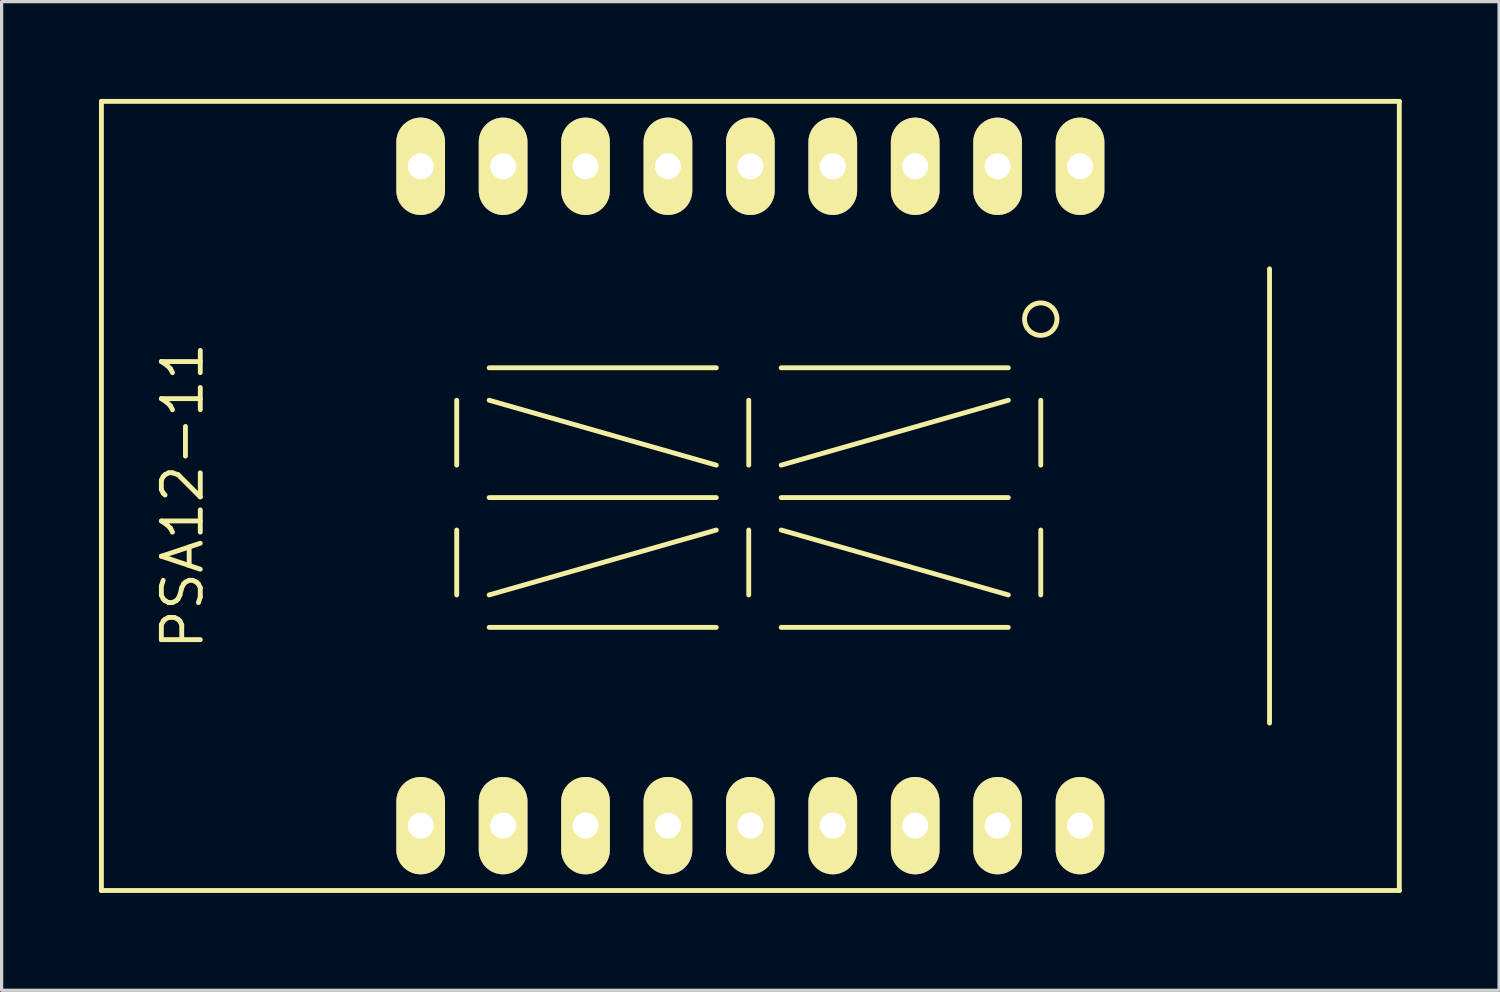
<source format=kicad_pcb>
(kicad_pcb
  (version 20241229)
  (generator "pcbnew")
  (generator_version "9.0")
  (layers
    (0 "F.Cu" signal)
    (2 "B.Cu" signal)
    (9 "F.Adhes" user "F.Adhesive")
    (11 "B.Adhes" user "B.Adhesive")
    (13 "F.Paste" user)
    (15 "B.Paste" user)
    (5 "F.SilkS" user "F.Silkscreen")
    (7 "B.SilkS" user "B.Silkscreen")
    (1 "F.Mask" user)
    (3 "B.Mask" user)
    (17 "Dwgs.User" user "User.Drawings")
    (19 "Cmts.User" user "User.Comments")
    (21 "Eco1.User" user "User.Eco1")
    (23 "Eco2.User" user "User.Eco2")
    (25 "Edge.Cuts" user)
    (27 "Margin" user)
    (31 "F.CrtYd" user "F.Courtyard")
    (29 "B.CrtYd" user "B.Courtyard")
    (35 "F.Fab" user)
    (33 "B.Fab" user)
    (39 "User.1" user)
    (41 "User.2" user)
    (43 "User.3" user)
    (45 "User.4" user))
  (footprint "PSA12-11"
    (layer "F.Cu")
    (at 20.075 12.235)
    (property "Reference" "PSA12-11" (at -17.5 0 90) (layer "F.SilkS") (effects (font (size 1.2 1.2) (thickness 0.15))))
    (attr through_hole)
    (fp_line (start -20 -12.16) (end -20 12.16) (stroke (width 0.15) (type solid)) (layer "F.SilkS"))
    (fp_line (start -20 12.16) (end 20 12.16) (stroke (width 0.15) (type solid)) (layer "F.SilkS"))
    (fp_line (start -9.05 -0.95) (end -9.05 -2.95) (stroke (width 0.15) (type solid)) (layer "F.SilkS"))
    (fp_line (start -9.05 3.05) (end -9.05 1.05) (stroke (width 0.15) (type solid)) (layer "F.SilkS"))
    (fp_line (start -8.05 -3.95) (end -1.05 -3.95) (stroke (width 0.15) (type solid)) (layer "F.SilkS"))
    (fp_line (start -8.05 0.05) (end -1.05 0.05) (stroke (width 0.15) (type solid)) (layer "F.SilkS"))
    (fp_line (start -8.05 4.05) (end -1.05 4.05) (stroke (width 0.15) (type solid)) (layer "F.SilkS"))
    (fp_line (start -1.05 -0.95) (end -8.05 -2.95) (stroke (width 0.15) (type solid)) (layer "F.SilkS"))
    (fp_line (start -1.05 1.05) (end -8.05 3.05) (stroke (width 0.15) (type solid)) (layer "F.SilkS"))
    (fp_line (start -0.05 -0.95) (end -0.05 -2.95) (stroke (width 0.15) (type solid)) (layer "F.SilkS"))
    (fp_line (start -0.05 3.05) (end -0.05 1.05) (stroke (width 0.15) (type solid)) (layer "F.SilkS"))
    (fp_line (start 0.95 -3.95) (end 7.95 -3.95) (stroke (width 0.15) (type solid)) (layer "F.SilkS"))
    (fp_line (start 0.95 0.05) (end 7.95 0.05) (stroke (width 0.15) (type solid)) (layer "F.SilkS"))
    (fp_line (start 0.95 4.05) (end 7.95 4.05) (stroke (width 0.15) (type solid)) (layer "F.SilkS"))
    (fp_line (start 7.95 -2.95) (end 0.95 -0.95) (stroke (width 0.15) (type solid)) (layer "F.SilkS"))
    (fp_line (start 7.95 3.05) (end 0.95 1.05) (stroke (width 0.15) (type solid)) (layer "F.SilkS"))
    (fp_line (start 8.95 -0.95) (end 8.95 -2.95) (stroke (width 0.15) (type solid)) (layer "F.SilkS"))
    (fp_line (start 8.95 3.05) (end 8.95 1.05) (stroke (width 0.15) (type solid)) (layer "F.SilkS"))
    (fp_line (start 16 -7) (end 16 7) (stroke (width 0.15) (type solid)) (layer "F.SilkS"))
    (fp_line (start 20 -12.16) (end -20 -12.16) (stroke (width 0.15) (type solid)) (layer "F.SilkS"))
    (fp_line (start 20 12.16) (end 20 -12.16) (stroke (width 0.15) (type solid)) (layer "F.SilkS"))
    (fp_circle (center 8.95 -5.45) (end 8.95 -5.95) (stroke (width 0.15) (type solid)) (fill no) (layer "F.SilkS"))
    (pad "1" thru_hole oval (at -10.16 10.16) (size 1.5 3) (drill 0.8) (layers "*.Cu" "*.Mask" "F.SilkS"))
    (pad "2" thru_hole oval (at -7.62 10.16) (size 1.5 3) (drill 0.8) (layers "*.Cu" "*.Mask" "F.SilkS"))
    (pad "3" thru_hole oval (at -5.08 10.16) (size 1.5 3) (drill 0.8) (layers "*.Cu" "*.Mask" "F.SilkS"))
    (pad "4" thru_hole oval (at -2.54 10.16) (size 1.5 3) (drill 0.8) (layers "*.Cu" "*.Mask" "F.SilkS"))
    (pad "5" thru_hole oval (at 0 10.16) (size 1.5 3) (drill 0.8) (layers "*.Cu" "*.Mask" "F.SilkS"))
    (pad "6" thru_hole oval (at 2.54 10.16) (size 1.5 3) (drill 0.8) (layers "*.Cu" "*.Mask" "F.SilkS"))
    (pad "7" thru_hole oval (at 5.08 10.16) (size 1.5 3) (drill 0.8) (layers "*.Cu" "*.Mask" "F.SilkS"))
    (pad "8" thru_hole oval (at 7.62 10.16) (size 1.5 3) (drill 0.8) (layers "*.Cu" "*.Mask" "F.SilkS"))
    (pad "9" thru_hole oval (at 10.16 10.16) (size 1.5 3) (drill 0.8) (layers "*.Cu" "*.Mask" "F.SilkS"))
    (pad "10" thru_hole oval (at 10.16 -10.16) (size 1.5 3) (drill 0.8) (layers "*.Cu" "*.Mask" "F.SilkS"))
    (pad "11" thru_hole oval (at 7.62 -10.16) (size 1.5 3) (drill 0.8) (layers "*.Cu" "*.Mask" "F.SilkS"))
    (pad "12" thru_hole oval (at 5.08 -10.16) (size 1.5 3) (drill 0.8) (layers "*.Cu" "*.Mask" "F.SilkS"))
    (pad "13" thru_hole oval (at 2.54 -10.16) (size 1.5 3) (drill 0.8) (layers "*.Cu" "*.Mask" "F.SilkS"))
    (pad "14" thru_hole oval (at 0 -10.16) (size 1.5 3) (drill 0.8) (layers "*.Cu" "*.Mask" "F.SilkS"))
    (pad "15" thru_hole oval (at -2.54 -10.16) (size 1.5 3) (drill 0.8) (layers "*.Cu" "*.Mask" "F.SilkS"))
    (pad "16" thru_hole oval (at -5.08 -10.16) (size 1.5 3) (drill 0.8) (layers "*.Cu" "*.Mask" "F.SilkS"))
    (pad "17" thru_hole oval (at -7.62 -10.16) (size 1.5 3) (drill 0.8) (layers "*.Cu" "*.Mask" "F.SilkS"))
    (pad "18" thru_hole oval (at -10.16 -10.16) (size 1.5 3) (drill 0.8) (layers "*.Cu" "*.Mask" "F.SilkS")))
  (gr_rect
    (start -3 -3)
    (end 43.15 27.47)
    (stroke (width 0.1) (type default))
    (fill no)
    (layer "Edge.Cuts")))
</source>
